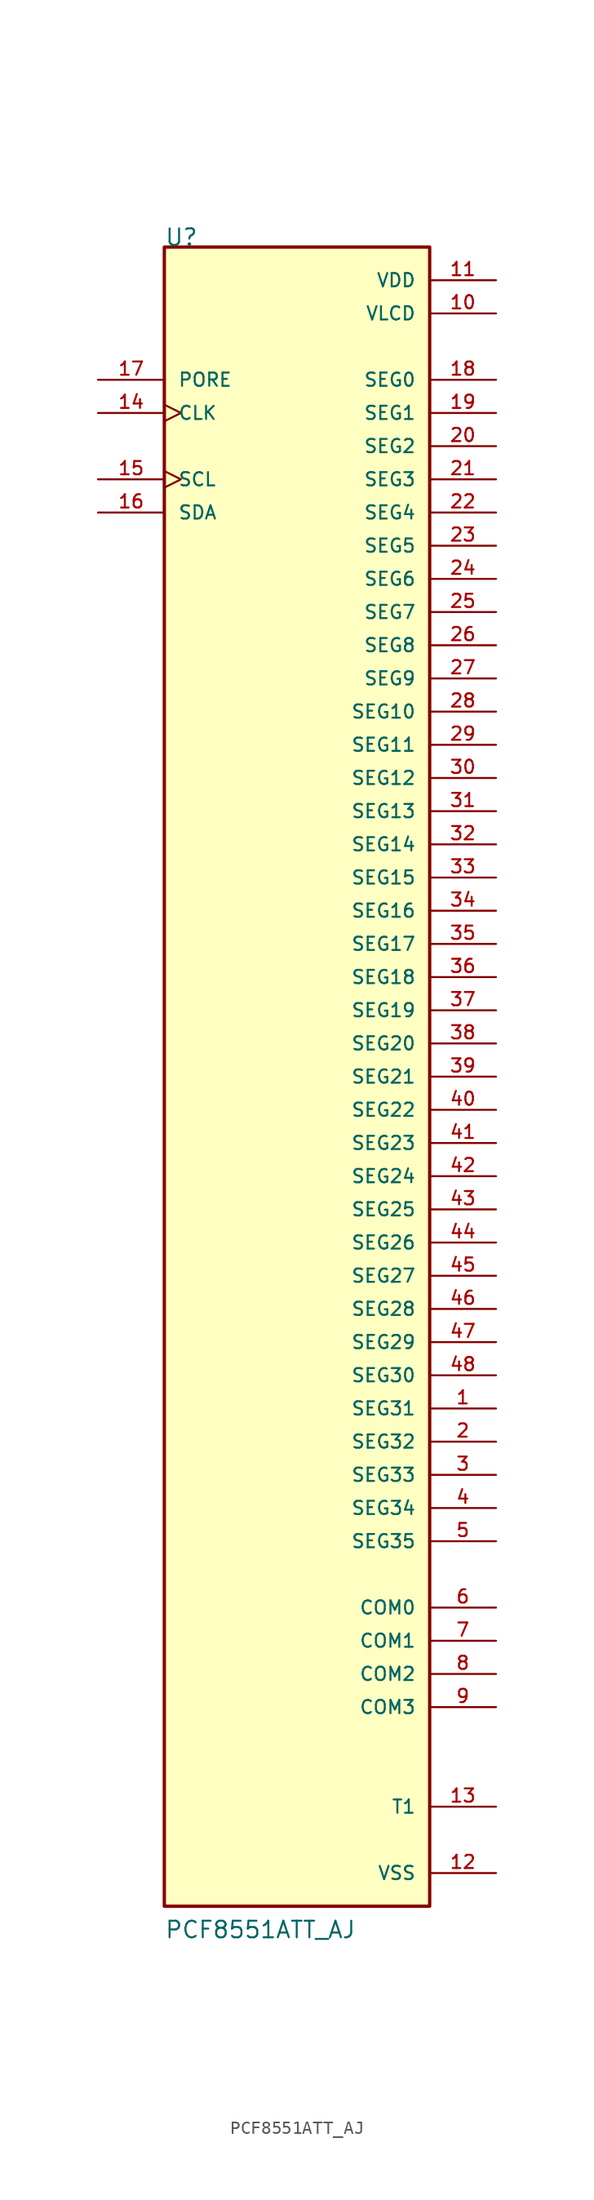
<source format=kicad_sym>
(kicad_symbol_lib
  (version 20211014)
  (generator kicad_symbol_editor)
  (symbol "PCF8551ATT_AJ"
    (pin_names
      (offset 1.016))
    (property "Reference" "U"
      (at -10.16 63.5 0)
      (effects (font (size 1.27 1.27)) (justify bottom left)))
    (property "Value" "PCF8551ATT_AJ"
      (at -10.16 -66.04 0)
      (effects (font (size 1.27 1.27)) (justify bottom left)))
    (symbol "PCF8551ATT_AJ_0_0"
      (rectangle (start -10.16 -63.5) (end 10.16 63.5) (stroke (width 0.254)) (fill (type background)))
      (pin output line (at 15.24 53.34 180.0) (length 5.08) (name "SEG0" (effects (font (size 1.016 1.016)))) (number "18" (effects (font (size 1.016 1.016)))))
      (pin output line (at 15.24 50.8 180.0) (length 5.08) (name "SEG1" (effects (font (size 1.016 1.016)))) (number "19" (effects (font (size 1.016 1.016)))))
      (pin output line (at 15.24 48.26 180.0) (length 5.08) (name "SEG2" (effects (font (size 1.016 1.016)))) (number "20" (effects (font (size 1.016 1.016)))))
      (pin output line (at 15.24 45.72 180.0) (length 5.08) (name "SEG3" (effects (font (size 1.016 1.016)))) (number "21" (effects (font (size 1.016 1.016)))))
      (pin output line (at 15.24 43.18 180.0) (length 5.08) (name "SEG4" (effects (font (size 1.016 1.016)))) (number "22" (effects (font (size 1.016 1.016)))))
      (pin output line (at 15.24 40.64 180.0) (length 5.08) (name "SEG5" (effects (font (size 1.016 1.016)))) (number "23" (effects (font (size 1.016 1.016)))))
      (pin output line (at 15.24 38.1 180.0) (length 5.08) (name "SEG6" (effects (font (size 1.016 1.016)))) (number "24" (effects (font (size 1.016 1.016)))))
      (pin output line (at 15.24 35.56 180.0) (length 5.08) (name "SEG7" (effects (font (size 1.016 1.016)))) (number "25" (effects (font (size 1.016 1.016)))))
      (pin output line (at 15.24 33.02 180.0) (length 5.08) (name "SEG8" (effects (font (size 1.016 1.016)))) (number "26" (effects (font (size 1.016 1.016)))))
      (pin output line (at 15.24 30.48 180.0) (length 5.08) (name "SEG9" (effects (font (size 1.016 1.016)))) (number "27" (effects (font (size 1.016 1.016)))))
      (pin output line (at 15.24 27.94 180.0) (length 5.08) (name "SEG10" (effects (font (size 1.016 1.016)))) (number "28" (effects (font (size 1.016 1.016)))))
      (pin output line (at 15.24 25.4 180.0) (length 5.08) (name "SEG11" (effects (font (size 1.016 1.016)))) (number "29" (effects (font (size 1.016 1.016)))))
      (pin output line (at 15.24 22.86 180.0) (length 5.08) (name "SEG12" (effects (font (size 1.016 1.016)))) (number "30" (effects (font (size 1.016 1.016)))))
      (pin output line (at 15.24 20.32 180.0) (length 5.08) (name "SEG13" (effects (font (size 1.016 1.016)))) (number "31" (effects (font (size 1.016 1.016)))))
      (pin output line (at 15.24 17.78 180.0) (length 5.08) (name "SEG14" (effects (font (size 1.016 1.016)))) (number "32" (effects (font (size 1.016 1.016)))))
      (pin output line (at 15.24 15.24 180.0) (length 5.08) (name "SEG15" (effects (font (size 1.016 1.016)))) (number "33" (effects (font (size 1.016 1.016)))))
      (pin output line (at 15.24 12.7 180.0) (length 5.08) (name "SEG16" (effects (font (size 1.016 1.016)))) (number "34" (effects (font (size 1.016 1.016)))))
      (pin output line (at 15.24 10.16 180.0) (length 5.08) (name "SEG17" (effects (font (size 1.016 1.016)))) (number "35" (effects (font (size 1.016 1.016)))))
      (pin output line (at 15.24 7.62 180.0) (length 5.08) (name "SEG18" (effects (font (size 1.016 1.016)))) (number "36" (effects (font (size 1.016 1.016)))))
      (pin output line (at 15.24 5.08 180.0) (length 5.08) (name "SEG19" (effects (font (size 1.016 1.016)))) (number "37" (effects (font (size 1.016 1.016)))))
      (pin output line (at 15.24 2.54 180.0) (length 5.08) (name "SEG20" (effects (font (size 1.016 1.016)))) (number "38" (effects (font (size 1.016 1.016)))))
      (pin output line (at 15.24 0.0 180.0) (length 5.08) (name "SEG21" (effects (font (size 1.016 1.016)))) (number "39" (effects (font (size 1.016 1.016)))))
      (pin output line (at 15.24 -2.54 180.0) (length 5.08) (name "SEG22" (effects (font (size 1.016 1.016)))) (number "40" (effects (font (size 1.016 1.016)))))
      (pin output line (at 15.24 -5.08 180.0) (length 5.08) (name "SEG23" (effects (font (size 1.016 1.016)))) (number "41" (effects (font (size 1.016 1.016)))))
      (pin output line (at 15.24 -7.62 180.0) (length 5.08) (name "SEG24" (effects (font (size 1.016 1.016)))) (number "42" (effects (font (size 1.016 1.016)))))
      (pin output line (at 15.24 -10.16 180.0) (length 5.08) (name "SEG25" (effects (font (size 1.016 1.016)))) (number "43" (effects (font (size 1.016 1.016)))))
      (pin output line (at 15.24 -12.7 180.0) (length 5.08) (name "SEG26" (effects (font (size 1.016 1.016)))) (number "44" (effects (font (size 1.016 1.016)))))
      (pin output line (at 15.24 -15.24 180.0) (length 5.08) (name "SEG27" (effects (font (size 1.016 1.016)))) (number "45" (effects (font (size 1.016 1.016)))))
      (pin output line (at 15.24 -17.78 180.0) (length 5.08) (name "SEG28" (effects (font (size 1.016 1.016)))) (number "46" (effects (font (size 1.016 1.016)))))
      (pin output line (at 15.24 -20.32 180.0) (length 5.08) (name "SEG29" (effects (font (size 1.016 1.016)))) (number "47" (effects (font (size 1.016 1.016)))))
      (pin output line (at 15.24 -22.86 180.0) (length 5.08) (name "SEG30" (effects (font (size 1.016 1.016)))) (number "48" (effects (font (size 1.016 1.016)))))
      (pin output line (at 15.24 -25.4 180.0) (length 5.08) (name "SEG31" (effects (font (size 1.016 1.016)))) (number "1" (effects (font (size 1.016 1.016)))))
      (pin output line (at 15.24 -27.94 180.0) (length 5.08) (name "SEG32" (effects (font (size 1.016 1.016)))) (number "2" (effects (font (size 1.016 1.016)))))
      (pin output line (at 15.24 -30.48 180.0) (length 5.08) (name "SEG33" (effects (font (size 1.016 1.016)))) (number "3" (effects (font (size 1.016 1.016)))))
      (pin output line (at 15.24 -33.02 180.0) (length 5.08) (name "SEG34" (effects (font (size 1.016 1.016)))) (number "4" (effects (font (size 1.016 1.016)))))
      (pin output line (at 15.24 -35.56 180.0) (length 5.08) (name "SEG35" (effects (font (size 1.016 1.016)))) (number "5" (effects (font (size 1.016 1.016)))))
      (pin output line (at 15.24 -40.64 180.0) (length 5.08) (name "COM0" (effects (font (size 1.016 1.016)))) (number "6" (effects (font (size 1.016 1.016)))))
      (pin output line (at 15.24 -43.18 180.0) (length 5.08) (name "COM1" (effects (font (size 1.016 1.016)))) (number "7" (effects (font (size 1.016 1.016)))))
      (pin output line (at 15.24 -45.72 180.0) (length 5.08) (name "COM2" (effects (font (size 1.016 1.016)))) (number "8" (effects (font (size 1.016 1.016)))))
      (pin output line (at 15.24 -48.26 180.0) (length 5.08) (name "COM3" (effects (font (size 1.016 1.016)))) (number "9" (effects (font (size 1.016 1.016)))))
      (pin power_in line (at 15.24 58.42 180.0) (length 5.08) (name "VLCD" (effects (font (size 1.016 1.016)))) (number "10" (effects (font (size 1.016 1.016)))))
      (pin power_in line (at 15.24 60.96 180.0) (length 5.08) (name "VDD" (effects (font (size 1.016 1.016)))) (number "11" (effects (font (size 1.016 1.016)))))
      (pin power_in line (at 15.24 -60.96 180.0) (length 5.08) (name "VSS" (effects (font (size 1.016 1.016)))) (number "12" (effects (font (size 1.016 1.016)))))
      (pin passive line (at 15.24 -55.88 180.0) (length 5.08) (name "T1" (effects (font (size 1.016 1.016)))) (number "13" (effects (font (size 1.016 1.016)))))
      (pin bidirectional clock (at -15.24 50.8 0) (length 5.08) (name "CLK" (effects (font (size 1.016 1.016)))) (number "14" (effects (font (size 1.016 1.016)))))
      (pin input clock (at -15.24 45.72 0) (length 5.08) (name "SCL" (effects (font (size 1.016 1.016)))) (number "15" (effects (font (size 1.016 1.016)))))
      (pin bidirectional line (at -15.24 43.18 0) (length 5.08) (name "SDA" (effects (font (size 1.016 1.016)))) (number "16" (effects (font (size 1.016 1.016)))))
      (pin input line (at -15.24 53.34 0) (length 5.08) (name "PORE" (effects (font (size 1.016 1.016)))) (number "17" (effects (font (size 1.016 1.016))))))))
</source>
